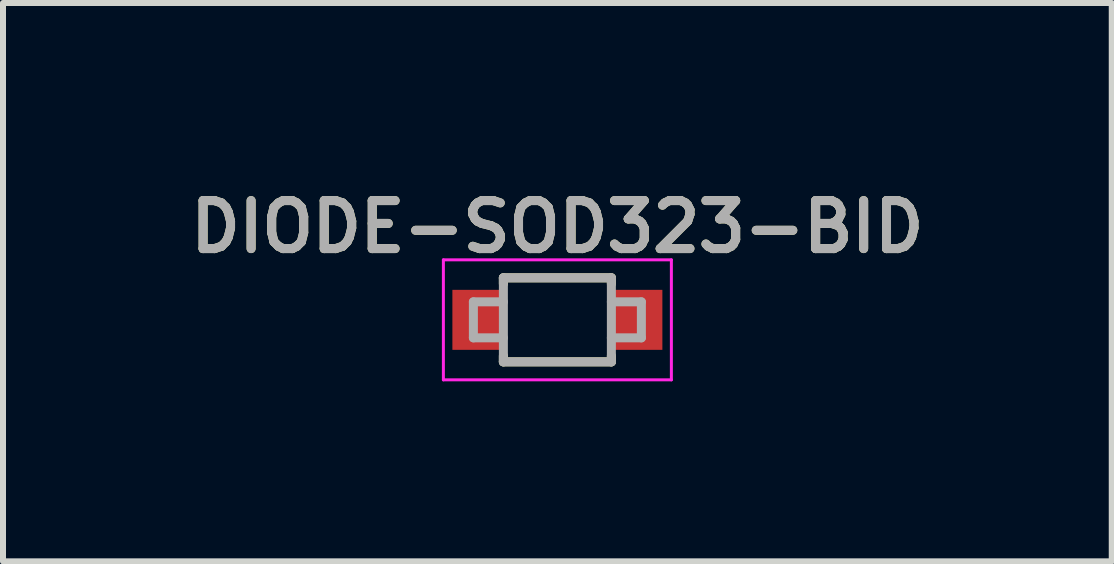
<source format=kicad_pcb>
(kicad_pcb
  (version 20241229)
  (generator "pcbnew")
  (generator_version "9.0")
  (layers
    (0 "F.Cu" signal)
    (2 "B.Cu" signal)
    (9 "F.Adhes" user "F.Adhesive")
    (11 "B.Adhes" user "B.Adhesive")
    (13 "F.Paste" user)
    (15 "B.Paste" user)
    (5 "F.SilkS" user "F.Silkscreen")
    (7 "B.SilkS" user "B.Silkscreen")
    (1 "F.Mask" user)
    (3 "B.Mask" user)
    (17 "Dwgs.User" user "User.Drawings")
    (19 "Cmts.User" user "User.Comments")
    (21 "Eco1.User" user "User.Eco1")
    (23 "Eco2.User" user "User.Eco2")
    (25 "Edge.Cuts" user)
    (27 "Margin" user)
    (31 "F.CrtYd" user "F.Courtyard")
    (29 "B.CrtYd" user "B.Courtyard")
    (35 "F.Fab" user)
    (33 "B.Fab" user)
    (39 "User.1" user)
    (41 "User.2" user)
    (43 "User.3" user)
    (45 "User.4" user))
  (footprint "DIODE-SOD323-BID"
    (layer "F.Cu")
    (at 6.24 2.281)
    (property "Reference" "DIODE-SOD323-BID" (at 0 -1.55 0) (layer "F.SilkS") (effects (font (size 0.8 0.8) (thickness 0.15))))
    (attr smd)
    (fp_line (start -0.9 -0.7) (end -0.9 -0.6) (stroke (width 0.15) (type solid)) (layer "F.SilkS"))
    (fp_line (start -0.9 -0.7) (end 0.9 -0.7) (stroke (width 0.15) (type solid)) (layer "F.SilkS"))
    (fp_line (start -0.9 0.7) (end -0.9 0.6) (stroke (width 0.15) (type solid)) (layer "F.SilkS"))
    (fp_line (start -0.9 0.7) (end 0.9 0.7) (stroke (width 0.15) (type solid)) (layer "F.SilkS"))
    (fp_line (start 0.9 -0.7) (end 0.9 -0.6) (stroke (width 0.15) (type solid)) (layer "F.SilkS"))
    (fp_line (start 0.9 0.7) (end 0.9 0.6) (stroke (width 0.15) (type solid)) (layer "F.SilkS"))
    (fp_line (start -1.9 -1) (end -1.9 1) (stroke (width 0.05) (type solid)) (layer "F.CrtYd"))
    (fp_line (start -1.9 1) (end 1.9 1) (stroke (width 0.05) (type solid)) (layer "F.CrtYd"))
    (fp_line (start 1.9 -1) (end -1.9 -1) (stroke (width 0.05) (type solid)) (layer "F.CrtYd"))
    (fp_line (start 1.9 -1) (end 1.9 1) (stroke (width 0.05) (type solid)) (layer "F.CrtYd"))
    (fp_line (start -1.4 -0.3) (end -1.4 0.3) (stroke (width 0.15) (type solid)) (layer "F.Fab"))
    (fp_line (start -1.4 0.3) (end -0.9 0.3) (stroke (width 0.15) (type solid)) (layer "F.Fab"))
    (fp_line (start -0.9 -0.7) (end 0.9 -0.7) (stroke (width 0.15) (type solid)) (layer "F.Fab"))
    (fp_line (start -0.9 -0.3) (end -1.4 -0.3) (stroke (width 0.15) (type solid)) (layer "F.Fab"))
    (fp_line (start -0.9 0.7) (end -0.9 -0.7) (stroke (width 0.15) (type solid)) (layer "F.Fab"))
    (fp_line (start 0.9 -0.7) (end 0.9 0.7) (stroke (width 0.15) (type solid)) (layer "F.Fab"))
    (fp_line (start 0.9 -0.3) (end 1.4 -0.3) (stroke (width 0.15) (type solid)) (layer "F.Fab"))
    (fp_line (start 0.9 0.7) (end -0.9 0.7) (stroke (width 0.15) (type solid)) (layer "F.Fab"))
    (fp_line (start 1.4 -0.3) (end 1.4 0.3) (stroke (width 0.15) (type solid)) (layer "F.Fab"))
    (fp_line (start 1.4 0.3) (end 0.9 0.3) (stroke (width 0.15) (type solid)) (layer "F.Fab"))
    (fp_text user "${REFERENCE}" (at 0 -1.55 0) (layer "F.Fab") (effects (font (size 0.8 0.8) (thickness 0.15))))
    (pad "1" smd rect (at -1.3 0) (size 0.9 1) (layers "F.Cu" "F.Mask" "F.Paste"))
    (pad "2" smd rect (at 1.3 0) (size 0.9 1) (layers "F.Cu" "F.Mask" "F.Paste")))
  (gr_rect
    (start -3 -3)
    (end 15.48 6.306)
    (stroke (width 0.1) (type default))
    (fill no)
    (layer "Edge.Cuts")))
</source>
